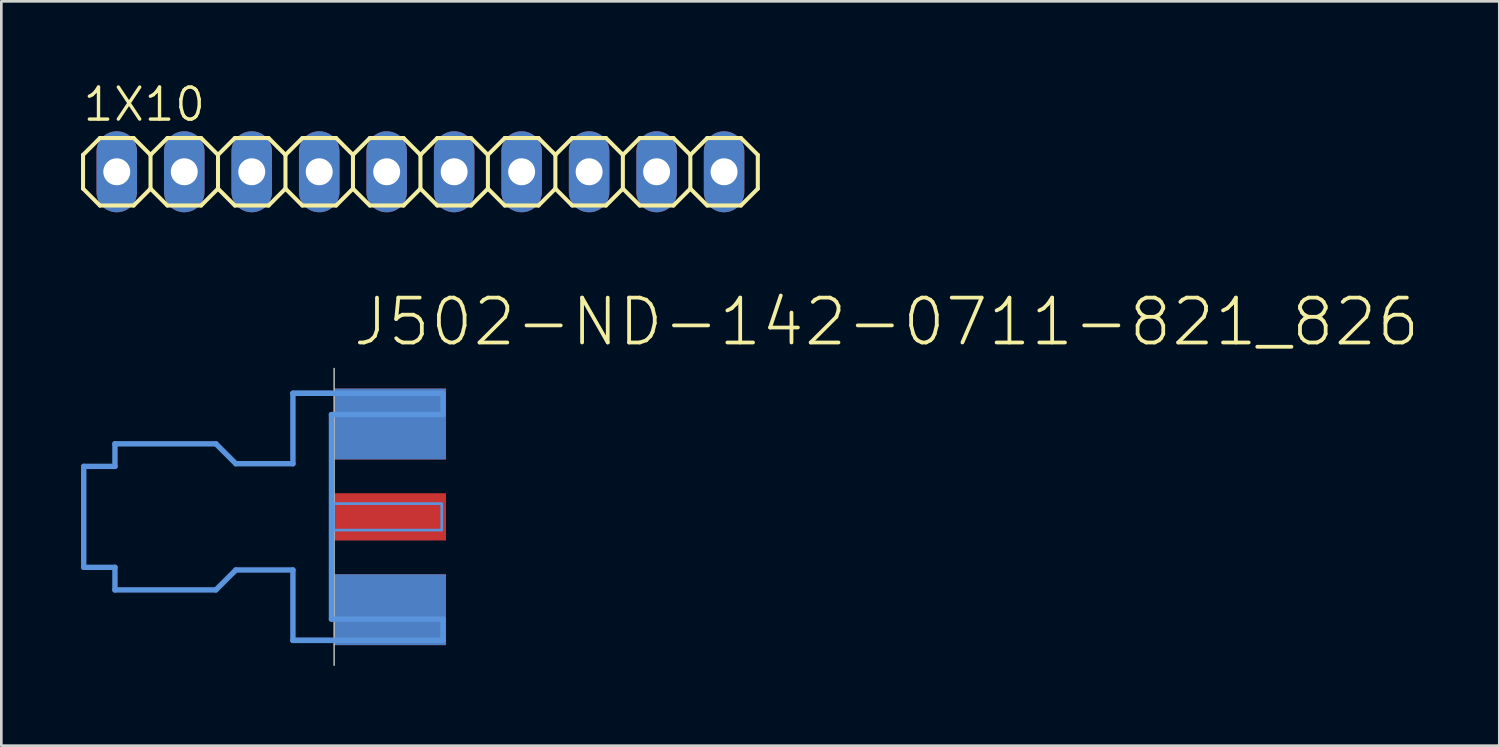
<source format=kicad_pcb>
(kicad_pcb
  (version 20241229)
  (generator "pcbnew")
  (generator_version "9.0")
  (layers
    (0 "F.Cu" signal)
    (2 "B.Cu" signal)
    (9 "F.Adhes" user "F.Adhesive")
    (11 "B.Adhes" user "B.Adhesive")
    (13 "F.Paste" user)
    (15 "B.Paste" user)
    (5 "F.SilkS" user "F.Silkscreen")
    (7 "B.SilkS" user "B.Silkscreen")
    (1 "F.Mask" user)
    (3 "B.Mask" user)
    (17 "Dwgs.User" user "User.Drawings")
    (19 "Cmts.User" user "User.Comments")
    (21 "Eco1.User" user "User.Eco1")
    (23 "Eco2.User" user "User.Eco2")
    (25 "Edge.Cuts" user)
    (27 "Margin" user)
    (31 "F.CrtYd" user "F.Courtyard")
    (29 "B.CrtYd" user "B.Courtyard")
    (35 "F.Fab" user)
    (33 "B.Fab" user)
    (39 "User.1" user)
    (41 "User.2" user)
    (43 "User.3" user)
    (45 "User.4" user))
  (footprint "J502-ND-142-0711-821_826"
    (layer "F.Cu")
    (at 9.527 16.406)
    (property "Reference" "J502-ND-142-0711-821_826" (at 0.635 -6.35 0) (layer "F.SilkS") (effects (font (size 1.689 1.689) (thickness 0.142)) (justify left bottom)))
    (attr through_hole)
    (fp_line (start -9.425 -1.9) (end -8.25 -1.9) (stroke (width 0.203) (type solid)) (layer "Cmts.User"))
    (fp_line (start -9.425 1.9) (end -9.425 -1.9) (stroke (width 0.203) (type solid)) (layer "Cmts.User"))
    (fp_line (start -8.25 -2.75) (end -4.45 -2.75) (stroke (width 0.203) (type solid)) (layer "Cmts.User"))
    (fp_line (start -8.25 -1.9) (end -8.25 -2.75) (stroke (width 0.203) (type solid)) (layer "Cmts.User"))
    (fp_line (start -8.25 1.9) (end -9.425 1.9) (stroke (width 0.203) (type solid)) (layer "Cmts.User"))
    (fp_line (start -8.25 2.75) (end -8.25 1.9) (stroke (width 0.203) (type solid)) (layer "Cmts.User"))
    (fp_line (start -4.45 -2.75) (end -3.7 -2) (stroke (width 0.203) (type solid)) (layer "Cmts.User"))
    (fp_line (start -4.45 2.75) (end -8.25 2.75) (stroke (width 0.203) (type solid)) (layer "Cmts.User"))
    (fp_line (start -3.7 -2) (end -1.55 -2) (stroke (width 0.203) (type solid)) (layer "Cmts.User"))
    (fp_line (start -3.7 2) (end -4.45 2.75) (stroke (width 0.203) (type solid)) (layer "Cmts.User"))
    (fp_line (start -1.55 -4.65) (end -0.1 -4.65) (stroke (width 0.203) (type solid)) (layer "Cmts.User"))
    (fp_line (start -1.55 -4.65) (end 4.1 -4.65) (stroke (width 0.203) (type solid)) (layer "Cmts.User"))
    (fp_line (start -1.55 -2) (end -1.55 -4.65) (stroke (width 0.203) (type solid)) (layer "Cmts.User"))
    (fp_line (start -1.55 2) (end -3.7 2) (stroke (width 0.203) (type solid)) (layer "Cmts.User"))
    (fp_line (start -1.55 4.65) (end -1.55 2) (stroke (width 0.203) (type solid)) (layer "Cmts.User"))
    (fp_line (start -0.1 -3.85) (end 4.1 -3.85) (stroke (width 0.203) (type solid)) (layer "Cmts.User"))
    (fp_line (start -0.1 3.85) (end -0.1 -3.85) (stroke (width 0.203) (type solid)) (layer "Cmts.User"))
    (fp_line (start -0.1 4.65) (end -1.55 4.65) (stroke (width 0.203) (type solid)) (layer "Cmts.User"))
    (fp_line (start 4.1 -3.85) (end 4.1 -4.65) (stroke (width 0.203) (type solid)) (layer "Cmts.User"))
    (fp_line (start 4.1 3.85) (end -0.1 3.85) (stroke (width 0.203) (type solid)) (layer "Cmts.User"))
    (fp_line (start 4.1 4.65) (end -1.55 4.65) (stroke (width 0.203) (type solid)) (layer "Cmts.User"))
    (fp_line (start 4.1 4.65) (end 4.1 3.85) (stroke (width 0.203) (type solid)) (layer "Cmts.User"))
    (fp_poly (pts (xy -0.025 0.5) (xy 4.05 0.5) (xy 4.05 -0.5) (xy -0.025 -0.5)) (stroke (width 0.1) (type solid)) (fill no) (layer "Cmts.User"))
    (fp_line (start 0 -5.588) (end 0 5.588) (stroke (width 0.05) (type solid)) (layer "Edge.Cuts"))
    (pad "1" smd rect (at 2.115 0) (size 4.191 1.778) (layers "F.Cu" "F.Mask" "F.Paste"))
    (pad "G@1" smd rect (at 2.115 -3.495) (size 4.191 2.667) (layers "F.Cu" "F.Mask" "F.Paste"))
    (pad "G@2" smd rect (at 2.115 3.495) (size 4.191 2.667) (layers "F.Cu" "F.Mask" "F.Paste"))
    (pad "G@3" smd rect (at 2.115 -3.495) (size 4.191 2.667) (layers "B.Cu" "B.Mask" "B.Paste"))
    (pad "G@4" smd rect (at 2.115 3.495) (size 4.191 2.667) (layers "B.Cu" "B.Mask" "B.Paste")))
  (footprint "1X10"
    (layer "F.Cu")
    (at 12.776 3.416)
    (property "Reference" "1X10" (at -12.776 -1.829 0) (layer "F.SilkS") (effects (font (size 1.206 1.206) (thickness 0.127)) (justify left bottom)))
    (attr through_hole)
    (fp_line (start -12.7 -0.635) (end -12.7 0.635) (stroke (width 0.152) (type solid)) (layer "F.SilkS"))
    (fp_line (start -12.7 0.635) (end -12.065 1.27) (stroke (width 0.152) (type solid)) (layer "F.SilkS"))
    (fp_line (start -12.065 -1.27) (end -12.7 -0.635) (stroke (width 0.152) (type solid)) (layer "F.SilkS"))
    (fp_line (start -12.065 -1.27) (end -10.795 -1.27) (stroke (width 0.152) (type solid)) (layer "F.SilkS"))
    (fp_line (start -10.795 -1.27) (end -10.16 -0.635) (stroke (width 0.152) (type solid)) (layer "F.SilkS"))
    (fp_line (start -10.795 1.27) (end -12.065 1.27) (stroke (width 0.152) (type solid)) (layer "F.SilkS"))
    (fp_line (start -10.16 -0.635) (end -10.16 0.635) (stroke (width 0.152) (type solid)) (layer "F.SilkS"))
    (fp_line (start -10.16 -0.635) (end -9.525 -1.27) (stroke (width 0.152) (type solid)) (layer "F.SilkS"))
    (fp_line (start -10.16 0.635) (end -10.795 1.27) (stroke (width 0.152) (type solid)) (layer "F.SilkS"))
    (fp_line (start -9.525 -1.27) (end -8.255 -1.27) (stroke (width 0.152) (type solid)) (layer "F.SilkS"))
    (fp_line (start -9.525 1.27) (end -10.16 0.635) (stroke (width 0.152) (type solid)) (layer "F.SilkS"))
    (fp_line (start -8.255 -1.27) (end -7.62 -0.635) (stroke (width 0.152) (type solid)) (layer "F.SilkS"))
    (fp_line (start -8.255 1.27) (end -9.525 1.27) (stroke (width 0.152) (type solid)) (layer "F.SilkS"))
    (fp_line (start -7.62 -0.635) (end -7.62 0.635) (stroke (width 0.152) (type solid)) (layer "F.SilkS"))
    (fp_line (start -7.62 -0.635) (end -6.985 -1.27) (stroke (width 0.152) (type solid)) (layer "F.SilkS"))
    (fp_line (start -7.62 0.635) (end -8.255 1.27) (stroke (width 0.152) (type solid)) (layer "F.SilkS"))
    (fp_line (start -6.985 -1.27) (end -5.715 -1.27) (stroke (width 0.152) (type solid)) (layer "F.SilkS"))
    (fp_line (start -6.985 1.27) (end -7.62 0.635) (stroke (width 0.152) (type solid)) (layer "F.SilkS"))
    (fp_line (start -5.715 -1.27) (end -5.08 -0.635) (stroke (width 0.152) (type solid)) (layer "F.SilkS"))
    (fp_line (start -5.715 1.27) (end -6.985 1.27) (stroke (width 0.152) (type solid)) (layer "F.SilkS"))
    (fp_line (start -5.08 -0.635) (end -5.08 0.635) (stroke (width 0.152) (type solid)) (layer "F.SilkS"))
    (fp_line (start -5.08 0.635) (end -5.715 1.27) (stroke (width 0.152) (type solid)) (layer "F.SilkS"))
    (fp_line (start -5.08 0.635) (end -4.445 1.27) (stroke (width 0.152) (type solid)) (layer "F.SilkS"))
    (fp_line (start -4.445 -1.27) (end -5.08 -0.635) (stroke (width 0.152) (type solid)) (layer "F.SilkS"))
    (fp_line (start -4.445 -1.27) (end -3.175 -1.27) (stroke (width 0.152) (type solid)) (layer "F.SilkS"))
    (fp_line (start -3.175 -1.27) (end -2.54 -0.635) (stroke (width 0.152) (type solid)) (layer "F.SilkS"))
    (fp_line (start -3.175 1.27) (end -4.445 1.27) (stroke (width 0.152) (type solid)) (layer "F.SilkS"))
    (fp_line (start -2.54 -0.635) (end -2.54 0.635) (stroke (width 0.152) (type solid)) (layer "F.SilkS"))
    (fp_line (start -2.54 -0.635) (end -1.905 -1.27) (stroke (width 0.152) (type solid)) (layer "F.SilkS"))
    (fp_line (start -2.54 0.635) (end -3.175 1.27) (stroke (width 0.152) (type solid)) (layer "F.SilkS"))
    (fp_line (start -1.905 -1.27) (end -0.635 -1.27) (stroke (width 0.152) (type solid)) (layer "F.SilkS"))
    (fp_line (start -1.905 1.27) (end -2.54 0.635) (stroke (width 0.152) (type solid)) (layer "F.SilkS"))
    (fp_line (start -0.635 -1.27) (end 0 -0.635) (stroke (width 0.152) (type solid)) (layer "F.SilkS"))
    (fp_line (start -0.635 1.27) (end -1.905 1.27) (stroke (width 0.152) (type solid)) (layer "F.SilkS"))
    (fp_line (start 0 -0.635) (end 0 0.635) (stroke (width 0.152) (type solid)) (layer "F.SilkS"))
    (fp_line (start 0 -0.635) (end 0.635 -1.27) (stroke (width 0.152) (type solid)) (layer "F.SilkS"))
    (fp_line (start 0 0.635) (end -0.635 1.27) (stroke (width 0.152) (type solid)) (layer "F.SilkS"))
    (fp_line (start 0.635 -1.27) (end 1.905 -1.27) (stroke (width 0.152) (type solid)) (layer "F.SilkS"))
    (fp_line (start 0.635 1.27) (end 0 0.635) (stroke (width 0.152) (type solid)) (layer "F.SilkS"))
    (fp_line (start 1.905 -1.27) (end 2.54 -0.635) (stroke (width 0.152) (type solid)) (layer "F.SilkS"))
    (fp_line (start 1.905 1.27) (end 0.635 1.27) (stroke (width 0.152) (type solid)) (layer "F.SilkS"))
    (fp_line (start 2.54 -0.635) (end 2.54 0.635) (stroke (width 0.152) (type solid)) (layer "F.SilkS"))
    (fp_line (start 2.54 0.635) (end 1.905 1.27) (stroke (width 0.152) (type solid)) (layer "F.SilkS"))
    (fp_line (start 2.54 0.635) (end 3.175 1.27) (stroke (width 0.152) (type solid)) (layer "F.SilkS"))
    (fp_line (start 3.175 -1.27) (end 2.54 -0.635) (stroke (width 0.152) (type solid)) (layer "F.SilkS"))
    (fp_line (start 3.175 -1.27) (end 4.445 -1.27) (stroke (width 0.152) (type solid)) (layer "F.SilkS"))
    (fp_line (start 4.445 -1.27) (end 5.08 -0.635) (stroke (width 0.152) (type solid)) (layer "F.SilkS"))
    (fp_line (start 4.445 1.27) (end 3.175 1.27) (stroke (width 0.152) (type solid)) (layer "F.SilkS"))
    (fp_line (start 5.08 -0.635) (end 5.08 0.635) (stroke (width 0.152) (type solid)) (layer "F.SilkS"))
    (fp_line (start 5.08 -0.635) (end 5.715 -1.27) (stroke (width 0.152) (type solid)) (layer "F.SilkS"))
    (fp_line (start 5.08 0.635) (end 4.445 1.27) (stroke (width 0.152) (type solid)) (layer "F.SilkS"))
    (fp_line (start 5.715 -1.27) (end 6.985 -1.27) (stroke (width 0.152) (type solid)) (layer "F.SilkS"))
    (fp_line (start 5.715 1.27) (end 5.08 0.635) (stroke (width 0.152) (type solid)) (layer "F.SilkS"))
    (fp_line (start 6.985 -1.27) (end 7.62 -0.635) (stroke (width 0.152) (type solid)) (layer "F.SilkS"))
    (fp_line (start 6.985 1.27) (end 5.715 1.27) (stroke (width 0.152) (type solid)) (layer "F.SilkS"))
    (fp_line (start 7.62 -0.635) (end 7.62 0.635) (stroke (width 0.152) (type solid)) (layer "F.SilkS"))
    (fp_line (start 7.62 -0.635) (end 8.255 -1.27) (stroke (width 0.152) (type solid)) (layer "F.SilkS"))
    (fp_line (start 7.62 0.635) (end 6.985 1.27) (stroke (width 0.152) (type solid)) (layer "F.SilkS"))
    (fp_line (start 8.255 -1.27) (end 9.525 -1.27) (stroke (width 0.152) (type solid)) (layer "F.SilkS"))
    (fp_line (start 8.255 1.27) (end 7.62 0.635) (stroke (width 0.152) (type solid)) (layer "F.SilkS"))
    (fp_line (start 9.525 -1.27) (end 10.16 -0.635) (stroke (width 0.152) (type solid)) (layer "F.SilkS"))
    (fp_line (start 9.525 1.27) (end 8.255 1.27) (stroke (width 0.152) (type solid)) (layer "F.SilkS"))
    (fp_line (start 10.16 -0.635) (end 10.16 0.635) (stroke (width 0.152) (type solid)) (layer "F.SilkS"))
    (fp_line (start 10.16 0.635) (end 9.525 1.27) (stroke (width 0.152) (type solid)) (layer "F.SilkS"))
    (fp_line (start 10.16 0.635) (end 10.795 1.27) (stroke (width 0.152) (type solid)) (layer "F.SilkS"))
    (fp_line (start 10.795 -1.27) (end 10.16 -0.635) (stroke (width 0.152) (type solid)) (layer "F.SilkS"))
    (fp_line (start 10.795 -1.27) (end 12.065 -1.27) (stroke (width 0.152) (type solid)) (layer "F.SilkS"))
    (fp_line (start 12.065 -1.27) (end 12.7 -0.635) (stroke (width 0.152) (type solid)) (layer "F.SilkS"))
    (fp_line (start 12.065 1.27) (end 10.795 1.27) (stroke (width 0.152) (type solid)) (layer "F.SilkS"))
    (fp_line (start 12.7 -0.635) (end 12.7 0.635) (stroke (width 0.152) (type solid)) (layer "F.SilkS"))
    (fp_line (start 12.7 0.635) (end 12.065 1.27) (stroke (width 0.152) (type solid)) (layer "F.SilkS"))
    (fp_poly (pts (xy -11.684 0.254) (xy -11.176 0.254) (xy -11.176 -0.254) (xy -11.684 -0.254)) (stroke (width 0.1) (type solid)) (fill no) (layer "F.Fab"))
    (fp_poly (pts (xy -9.144 0.254) (xy -8.636 0.254) (xy -8.636 -0.254) (xy -9.144 -0.254)) (stroke (width 0.1) (type solid)) (fill no) (layer "F.Fab"))
    (fp_poly (pts (xy -6.604 0.254) (xy -6.096 0.254) (xy -6.096 -0.254) (xy -6.604 -0.254)) (stroke (width 0.1) (type solid)) (fill no) (layer "F.Fab"))
    (fp_poly (pts (xy -4.064 0.254) (xy -3.556 0.254) (xy -3.556 -0.254) (xy -4.064 -0.254)) (stroke (width 0.1) (type solid)) (fill no) (layer "F.Fab"))
    (fp_poly (pts (xy -1.524 0.254) (xy -1.016 0.254) (xy -1.016 -0.254) (xy -1.524 -0.254)) (stroke (width 0.1) (type solid)) (fill no) (layer "F.Fab"))
    (fp_poly (pts (xy 1.016 0.254) (xy 1.524 0.254) (xy 1.524 -0.254) (xy 1.016 -0.254)) (stroke (width 0.1) (type solid)) (fill no) (layer "F.Fab"))
    (fp_poly (pts (xy 3.556 0.254) (xy 4.064 0.254) (xy 4.064 -0.254) (xy 3.556 -0.254)) (stroke (width 0.1) (type solid)) (fill no) (layer "F.Fab"))
    (fp_poly (pts (xy 6.096 0.254) (xy 6.604 0.254) (xy 6.604 -0.254) (xy 6.096 -0.254)) (stroke (width 0.1) (type solid)) (fill no) (layer "F.Fab"))
    (fp_poly (pts (xy 8.636 0.254) (xy 9.144 0.254) (xy 9.144 -0.254) (xy 8.636 -0.254)) (stroke (width 0.1) (type solid)) (fill no) (layer "F.Fab"))
    (fp_poly (pts (xy 11.176 0.254) (xy 11.684 0.254) (xy 11.684 -0.254) (xy 11.176 -0.254)) (stroke (width 0.1) (type solid)) (fill no) (layer "F.Fab"))
    (pad "1" thru_hole oval (at -11.43 0 90) (size 3.048 1.524) (drill 1.016) (layers "*.Cu" "*.Mask"))
    (pad "2" thru_hole oval (at -8.89 0 90) (size 3.048 1.524) (drill 1.016) (layers "*.Cu" "*.Mask"))
    (pad "3" thru_hole oval (at -6.35 0 90) (size 3.048 1.524) (drill 1.016) (layers "*.Cu" "*.Mask"))
    (pad "4" thru_hole oval (at -3.81 0 90) (size 3.048 1.524) (drill 1.016) (layers "*.Cu" "*.Mask"))
    (pad "5" thru_hole oval (at -1.27 0 90) (size 3.048 1.524) (drill 1.016) (layers "*.Cu" "*.Mask"))
    (pad "6" thru_hole oval (at 1.27 0 90) (size 3.048 1.524) (drill 1.016) (layers "*.Cu" "*.Mask"))
    (pad "7" thru_hole oval (at 3.81 0 90) (size 3.048 1.524) (drill 1.016) (layers "*.Cu" "*.Mask"))
    (pad "8" thru_hole oval (at 6.35 0 90) (size 3.048 1.524) (drill 1.016) (layers "*.Cu" "*.Mask"))
    (pad "9" thru_hole oval (at 8.89 0 90) (size 3.048 1.524) (drill 1.016) (layers "*.Cu" "*.Mask"))
    (pad "10" thru_hole oval (at 11.43 0 90) (size 3.048 1.524) (drill 1.016) (layers "*.Cu" "*.Mask")))
  (gr_rect
    (start -3 -3)
    (end 53.387 25.019)
    (stroke (width 0.1) (type default))
    (fill no)
    (layer "Edge.Cuts")))
</source>
